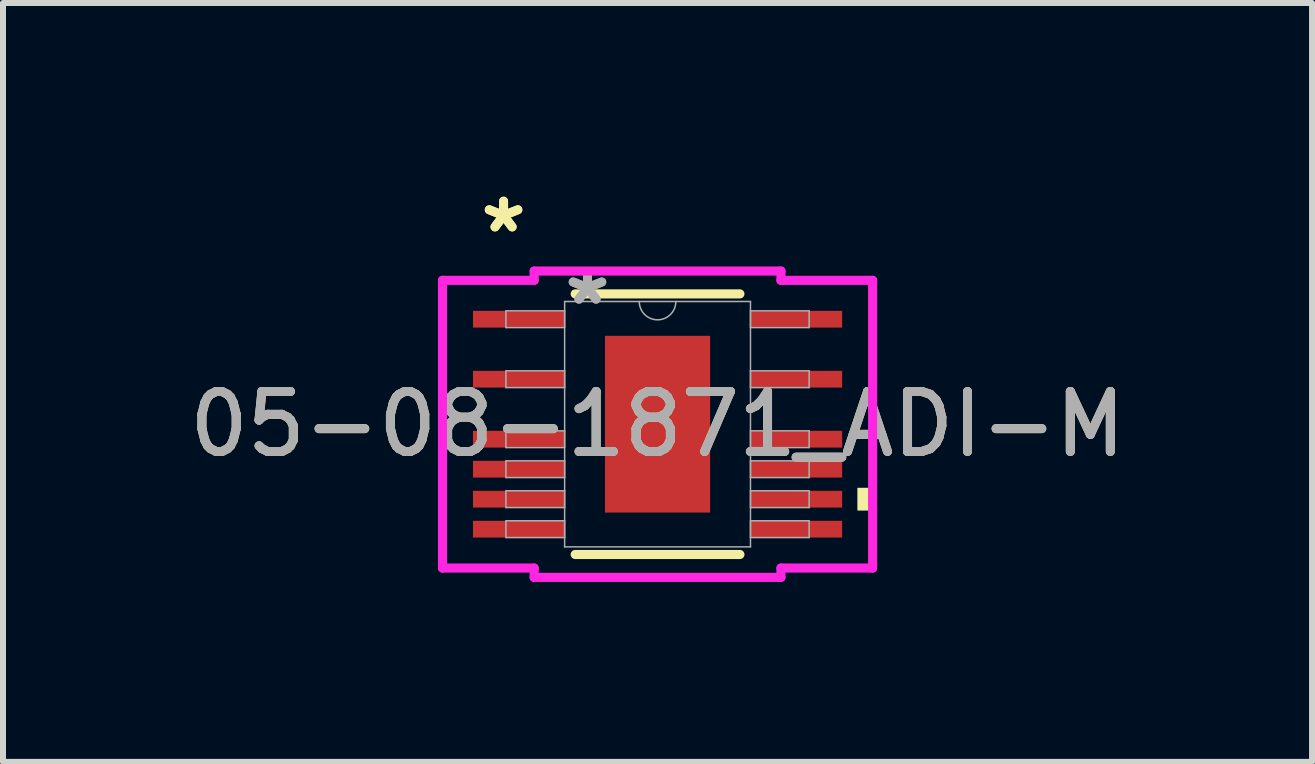
<source format=kicad_pcb>
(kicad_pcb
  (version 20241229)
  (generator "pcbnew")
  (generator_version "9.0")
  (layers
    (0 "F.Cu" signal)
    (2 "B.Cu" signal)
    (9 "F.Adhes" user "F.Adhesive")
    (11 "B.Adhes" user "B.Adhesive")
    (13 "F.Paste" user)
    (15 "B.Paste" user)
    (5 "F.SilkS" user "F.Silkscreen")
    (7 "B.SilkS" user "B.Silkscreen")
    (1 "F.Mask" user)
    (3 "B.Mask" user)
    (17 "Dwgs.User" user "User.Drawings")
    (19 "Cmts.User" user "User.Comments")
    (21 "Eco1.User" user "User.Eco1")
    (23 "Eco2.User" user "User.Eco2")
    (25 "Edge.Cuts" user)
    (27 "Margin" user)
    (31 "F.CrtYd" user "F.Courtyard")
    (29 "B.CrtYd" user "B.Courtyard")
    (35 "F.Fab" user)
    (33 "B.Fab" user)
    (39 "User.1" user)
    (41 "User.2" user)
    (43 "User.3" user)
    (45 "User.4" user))
  (footprint "05-08-1871_ADI-M"
    (layer "F.Cu")
    (at 7.911 4.021)
    (property "Reference" "05-08-1871_ADI-M" (at 0 0 0) (unlocked yes) (layer "F.SilkS") (effects (font (size 1 1) (thickness 0.15))))
    (attr smd)
    (fp_line (start -1.373 2.172) (end 1.373 2.172) (stroke (width 0.152) (type solid)) (layer "F.SilkS"))
    (fp_line (start 1.373 -2.172) (end -1.373 -2.172) (stroke (width 0.152) (type solid)) (layer "F.SilkS"))
    (fp_poly (pts (xy 3.585 1.06) (xy 3.585 1.44) (xy 3.331 1.44) (xy 3.331 1.06)) (stroke (width 0) (type solid)) (fill yes) (layer "F.SilkS"))
    (fp_poly (pts (xy -0.776 -1.373) (xy -0.776 -0.1) (xy 0.776 -0.1) (xy 0.776 -1.373)) (stroke (width 0) (type solid)) (fill yes) (layer "F.Paste"))
    (fp_poly (pts (xy -0.776 0.1) (xy -0.776 1.373) (xy 0.776 1.373) (xy 0.776 0.1)) (stroke (width 0) (type solid)) (fill yes) (layer "F.Paste"))
    (fp_line (start -3.585 -2.398) (end -2.057 -2.398) (stroke (width 0.152) (type solid)) (layer "F.CrtYd"))
    (fp_line (start -3.585 2.398) (end -3.585 -2.398) (stroke (width 0.152) (type solid)) (layer "F.CrtYd"))
    (fp_line (start -3.585 2.398) (end -2.057 2.398) (stroke (width 0.152) (type solid)) (layer "F.CrtYd"))
    (fp_line (start -2.057 -2.553) (end 2.057 -2.553) (stroke (width 0.152) (type solid)) (layer "F.CrtYd"))
    (fp_line (start -2.057 -2.398) (end -2.057 -2.553) (stroke (width 0.152) (type solid)) (layer "F.CrtYd"))
    (fp_line (start -2.057 2.553) (end -2.057 2.398) (stroke (width 0.152) (type solid)) (layer "F.CrtYd"))
    (fp_line (start 2.057 -2.553) (end 2.057 -2.398) (stroke (width 0.152) (type solid)) (layer "F.CrtYd"))
    (fp_line (start 2.057 2.398) (end 2.057 2.553) (stroke (width 0.152) (type solid)) (layer "F.CrtYd"))
    (fp_line (start 2.057 2.553) (end -2.057 2.553) (stroke (width 0.152) (type solid)) (layer "F.CrtYd"))
    (fp_line (start 3.585 -2.398) (end 2.057 -2.398) (stroke (width 0.152) (type solid)) (layer "F.CrtYd"))
    (fp_line (start 3.585 -2.398) (end 3.585 2.398) (stroke (width 0.152) (type solid)) (layer "F.CrtYd"))
    (fp_line (start 3.585 2.398) (end 2.057 2.398) (stroke (width 0.152) (type solid)) (layer "F.CrtYd"))
    (fp_line (start -2.527 -1.89) (end -2.527 -1.61) (stroke (width 0.025) (type solid)) (layer "F.Fab"))
    (fp_line (start -2.527 -1.61) (end -1.549 -1.61) (stroke (width 0.025) (type solid)) (layer "F.Fab"))
    (fp_line (start -2.527 -0.89) (end -2.527 -0.61) (stroke (width 0.025) (type solid)) (layer "F.Fab"))
    (fp_line (start -2.527 -0.61) (end -1.549 -0.61) (stroke (width 0.025) (type solid)) (layer "F.Fab"))
    (fp_line (start -2.527 0.11) (end -2.527 0.39) (stroke (width 0.025) (type solid)) (layer "F.Fab"))
    (fp_line (start -2.527 0.39) (end -1.549 0.39) (stroke (width 0.025) (type solid)) (layer "F.Fab"))
    (fp_line (start -2.527 0.61) (end -2.527 0.89) (stroke (width 0.025) (type solid)) (layer "F.Fab"))
    (fp_line (start -2.527 0.89) (end -1.549 0.89) (stroke (width 0.025) (type solid)) (layer "F.Fab"))
    (fp_line (start -2.527 1.11) (end -2.527 1.39) (stroke (width 0.025) (type solid)) (layer "F.Fab"))
    (fp_line (start -2.527 1.39) (end -1.549 1.39) (stroke (width 0.025) (type solid)) (layer "F.Fab"))
    (fp_line (start -2.527 1.61) (end -2.527 1.89) (stroke (width 0.025) (type solid)) (layer "F.Fab"))
    (fp_line (start -2.527 1.89) (end -1.549 1.89) (stroke (width 0.025) (type solid)) (layer "F.Fab"))
    (fp_line (start -1.549 -2.045) (end -1.549 2.045) (stroke (width 0.025) (type solid)) (layer "F.Fab"))
    (fp_line (start -1.549 -1.89) (end -2.527 -1.89) (stroke (width 0.025) (type solid)) (layer "F.Fab"))
    (fp_line (start -1.549 -1.61) (end -1.549 -1.89) (stroke (width 0.025) (type solid)) (layer "F.Fab"))
    (fp_line (start -1.549 -0.89) (end -2.527 -0.89) (stroke (width 0.025) (type solid)) (layer "F.Fab"))
    (fp_line (start -1.549 -0.61) (end -1.549 -0.89) (stroke (width 0.025) (type solid)) (layer "F.Fab"))
    (fp_line (start -1.549 0.11) (end -2.527 0.11) (stroke (width 0.025) (type solid)) (layer "F.Fab"))
    (fp_line (start -1.549 0.39) (end -1.549 0.11) (stroke (width 0.025) (type solid)) (layer "F.Fab"))
    (fp_line (start -1.549 0.61) (end -2.527 0.61) (stroke (width 0.025) (type solid)) (layer "F.Fab"))
    (fp_line (start -1.549 0.89) (end -1.549 0.61) (stroke (width 0.025) (type solid)) (layer "F.Fab"))
    (fp_line (start -1.549 1.11) (end -2.527 1.11) (stroke (width 0.025) (type solid)) (layer "F.Fab"))
    (fp_line (start -1.549 1.39) (end -1.549 1.11) (stroke (width 0.025) (type solid)) (layer "F.Fab"))
    (fp_line (start -1.549 1.61) (end -2.527 1.61) (stroke (width 0.025) (type solid)) (layer "F.Fab"))
    (fp_line (start -1.549 1.89) (end -1.549 1.61) (stroke (width 0.025) (type solid)) (layer "F.Fab"))
    (fp_line (start -1.549 2.045) (end 1.549 2.045) (stroke (width 0.025) (type solid)) (layer "F.Fab"))
    (fp_line (start 1.549 -2.045) (end -1.549 -2.045) (stroke (width 0.025) (type solid)) (layer "F.Fab"))
    (fp_line (start 1.549 -1.89) (end 1.549 -1.61) (stroke (width 0.025) (type solid)) (layer "F.Fab"))
    (fp_line (start 1.549 -1.61) (end 2.527 -1.61) (stroke (width 0.025) (type solid)) (layer "F.Fab"))
    (fp_line (start 1.549 -0.89) (end 1.549 -0.61) (stroke (width 0.025) (type solid)) (layer "F.Fab"))
    (fp_line (start 1.549 -0.61) (end 2.527 -0.61) (stroke (width 0.025) (type solid)) (layer "F.Fab"))
    (fp_line (start 1.549 0.11) (end 1.549 0.39) (stroke (width 0.025) (type solid)) (layer "F.Fab"))
    (fp_line (start 1.549 0.39) (end 2.527 0.39) (stroke (width 0.025) (type solid)) (layer "F.Fab"))
    (fp_line (start 1.549 0.61) (end 1.549 0.89) (stroke (width 0.025) (type solid)) (layer "F.Fab"))
    (fp_line (start 1.549 0.89) (end 2.527 0.89) (stroke (width 0.025) (type solid)) (layer "F.Fab"))
    (fp_line (start 1.549 1.11) (end 1.549 1.39) (stroke (width 0.025) (type solid)) (layer "F.Fab"))
    (fp_line (start 1.549 1.39) (end 2.527 1.39) (stroke (width 0.025) (type solid)) (layer "F.Fab"))
    (fp_line (start 1.549 1.61) (end 1.549 1.89) (stroke (width 0.025) (type solid)) (layer "F.Fab"))
    (fp_line (start 1.549 1.89) (end 2.527 1.89) (stroke (width 0.025) (type solid)) (layer "F.Fab"))
    (fp_line (start 1.549 2.045) (end 1.549 -2.045) (stroke (width 0.025) (type solid)) (layer "F.Fab"))
    (fp_line (start 2.527 -1.89) (end 1.549 -1.89) (stroke (width 0.025) (type solid)) (layer "F.Fab"))
    (fp_line (start 2.527 -1.61) (end 2.527 -1.89) (stroke (width 0.025) (type solid)) (layer "F.Fab"))
    (fp_line (start 2.527 -0.89) (end 1.549 -0.89) (stroke (width 0.025) (type solid)) (layer "F.Fab"))
    (fp_line (start 2.527 -0.61) (end 2.527 -0.89) (stroke (width 0.025) (type solid)) (layer "F.Fab"))
    (fp_line (start 2.527 0.11) (end 1.549 0.11) (stroke (width 0.025) (type solid)) (layer "F.Fab"))
    (fp_line (start 2.527 0.39) (end 2.527 0.11) (stroke (width 0.025) (type solid)) (layer "F.Fab"))
    (fp_line (start 2.527 0.61) (end 1.549 0.61) (stroke (width 0.025) (type solid)) (layer "F.Fab"))
    (fp_line (start 2.527 0.89) (end 2.527 0.61) (stroke (width 0.025) (type solid)) (layer "F.Fab"))
    (fp_line (start 2.527 1.11) (end 1.549 1.11) (stroke (width 0.025) (type solid)) (layer "F.Fab"))
    (fp_line (start 2.527 1.39) (end 2.527 1.11) (stroke (width 0.025) (type solid)) (layer "F.Fab"))
    (fp_line (start 2.527 1.61) (end 1.549 1.61) (stroke (width 0.025) (type solid)) (layer "F.Fab"))
    (fp_line (start 2.527 1.89) (end 2.527 1.61) (stroke (width 0.025) (type solid)) (layer "F.Fab"))
    (fp_arc (start 0.3048 -2.0447) (mid 0 -1.7399) (end -0.3048 -2.0447) (stroke (width 0.0254) (type solid)) (layer "F.Fab"))
    (fp_text user "*" (at -2.567 -3.172 0) (unlocked yes) (layer "F.SilkS") (effects (font (size 1 1) (thickness 0.15))))
    (fp_text user "*" (at -2.567 -3.172 0) (layer "F.SilkS") (effects (font (size 1 1) (thickness 0.15))))
    (fp_text user "*" (at -1.168 -1.968 0) (layer "F.Fab") (effects (font (size 1 1) (thickness 0.15))))
    (fp_text user "*" (at -1.168 -1.968 0) (unlocked yes) (layer "F.Fab") (effects (font (size 1 1) (thickness 0.15))))
    (fp_text user "${REFERENCE}" (at 0 0 0) (unlocked yes) (layer "F.Fab") (effects (font (size 1 1) (thickness 0.15))))
    (pad "1" smd rect (at -2.313 -1.75) (size 1.528 0.279) (layers "F.Cu" "F.Mask" "F.Paste"))
    (pad "3" smd rect (at -2.313 -0.75) (size 1.528 0.279) (layers "F.Cu" "F.Mask" "F.Paste"))
    (pad "5" smd rect (at -2.313 0.25) (size 1.528 0.279) (layers "F.Cu" "F.Mask" "F.Paste"))
    (pad "6" smd rect (at -2.313 0.75) (size 1.528 0.279) (layers "F.Cu" "F.Mask" "F.Paste"))
    (pad "7" smd rect (at -2.313 1.25) (size 1.528 0.279) (layers "F.Cu" "F.Mask" "F.Paste"))
    (pad "8" smd rect (at -2.313 1.75) (size 1.528 0.279) (layers "F.Cu" "F.Mask" "F.Paste"))
    (pad "9" smd rect (at 2.313 1.75) (size 1.528 0.279) (layers "F.Cu" "F.Mask" "F.Paste"))
    (pad "10" smd rect (at 2.313 1.25) (size 1.528 0.279) (layers "F.Cu" "F.Mask" "F.Paste"))
    (pad "11" smd rect (at 2.313 0.75) (size 1.528 0.279) (layers "F.Cu" "F.Mask" "F.Paste"))
    (pad "12" smd rect (at 2.313 0.25) (size 1.528 0.279) (layers "F.Cu" "F.Mask" "F.Paste"))
    (pad "14" smd rect (at 2.313 -0.75) (size 1.528 0.279) (layers "F.Cu" "F.Mask" "F.Paste"))
    (pad "16" smd rect (at 2.313 -1.75) (size 1.528 0.279) (layers "F.Cu" "F.Mask" "F.Paste"))
    (pad "17" smd rect (at 0 0) (size 1.753 2.946) (layers "F.Cu" "F.Mask")))
  (gr_rect
    (start -3 -3)
    (end 18.821 9.65)
    (stroke (width 0.1) (type default))
    (fill no)
    (layer "Edge.Cuts")))
</source>
